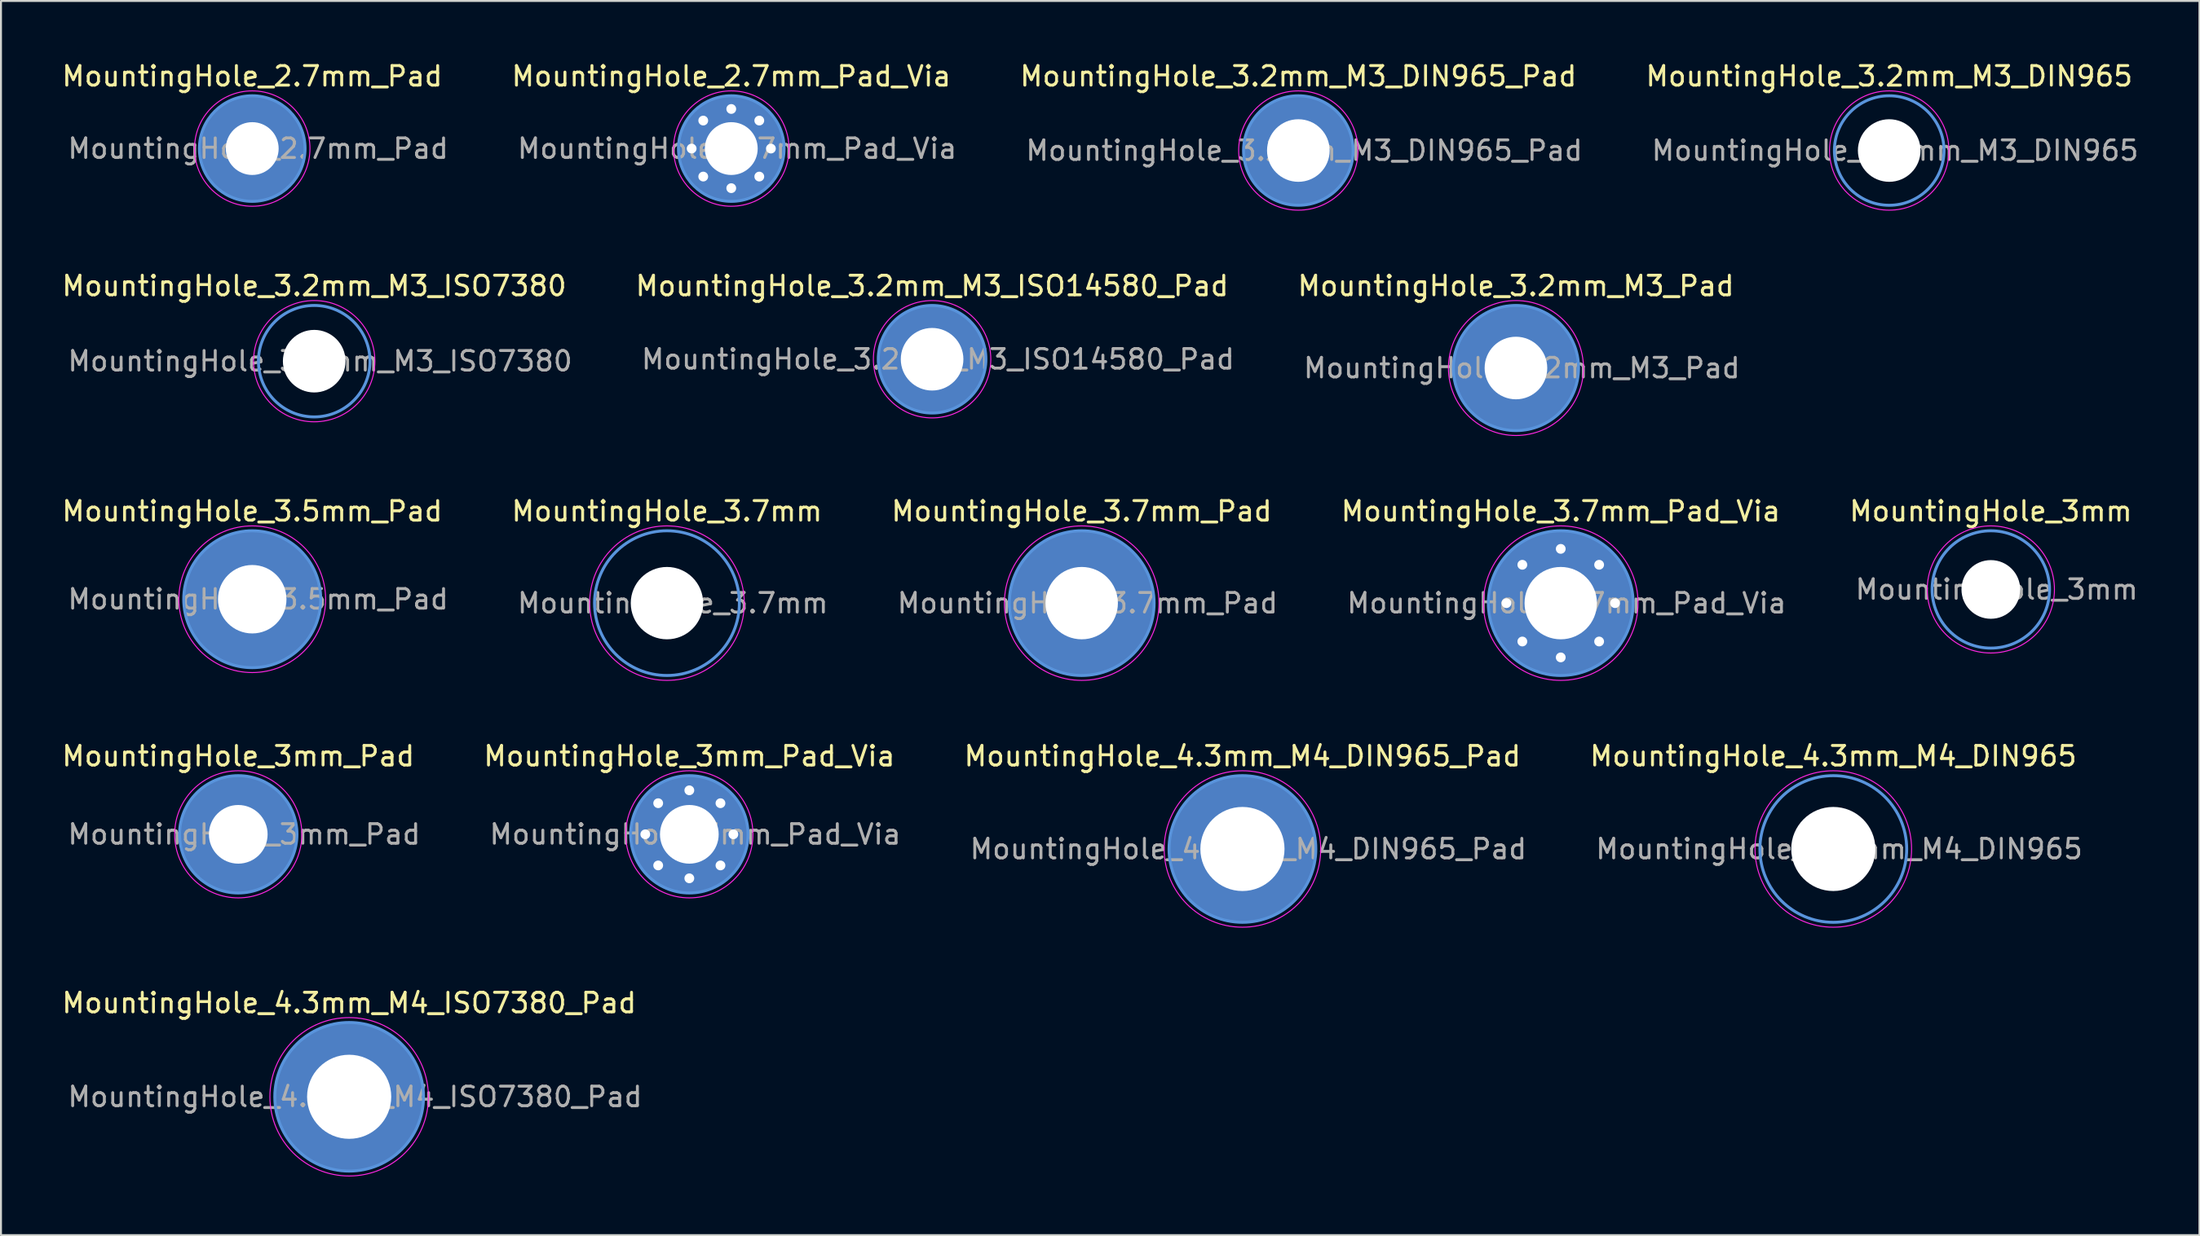
<source format=kicad_pcb>
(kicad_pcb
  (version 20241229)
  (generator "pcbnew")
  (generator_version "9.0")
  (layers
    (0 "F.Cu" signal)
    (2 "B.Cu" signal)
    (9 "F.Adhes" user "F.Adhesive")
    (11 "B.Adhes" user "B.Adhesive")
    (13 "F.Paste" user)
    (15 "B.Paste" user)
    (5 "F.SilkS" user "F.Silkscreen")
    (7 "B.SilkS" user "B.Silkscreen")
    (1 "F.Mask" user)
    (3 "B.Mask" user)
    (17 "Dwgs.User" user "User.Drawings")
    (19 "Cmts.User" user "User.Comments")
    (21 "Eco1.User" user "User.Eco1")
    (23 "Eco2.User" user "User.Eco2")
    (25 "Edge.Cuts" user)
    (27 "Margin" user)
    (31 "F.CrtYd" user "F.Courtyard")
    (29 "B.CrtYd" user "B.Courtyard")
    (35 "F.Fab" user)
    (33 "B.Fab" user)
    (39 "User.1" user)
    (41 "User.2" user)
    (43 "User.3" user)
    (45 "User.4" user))
  (footprint "MountingHole_4.3mm_M4_DIN965"
    (layer "F.Cu")
    (at 90.632 40.368)
    (property "Reference" "MountingHole_4.3mm_M4_DIN965" (at 0 -4.75 0) (layer "F.SilkS") (effects (font (size 1 1) (thickness 0.15))))
    (attr exclude_from_pos_files exclude_from_bom)
    (fp_circle (center 0 0) (end 3.75 0) (stroke (width 0.15) (type solid)) (fill no) (layer "Cmts.User"))
    (fp_circle (center 0 0) (end 4 0) (stroke (width 0.05) (type solid)) (fill no) (layer "F.CrtYd"))
    (fp_text user "${REFERENCE}" (at 0.3 0 0) (layer "F.Fab") (effects (font (size 1 1) (thickness 0.15))))
    (pad "" np_thru_hole circle (at 0 0) (size 4.3 4.3) (drill 4.3) (layers "*.Cu" "*.Mask")))
  (footprint "MountingHole_3.2mm_M3_DIN965"
    (layer "F.Cu")
    (at 93.489 4.648)
    (property "Reference" "MountingHole_3.2mm_M3_DIN965" (at 0 -3.8 0) (layer "F.SilkS") (effects (font (size 1 1) (thickness 0.15))))
    (attr exclude_from_pos_files exclude_from_bom)
    (fp_circle (center 0 0) (end 2.8 0) (stroke (width 0.15) (type solid)) (fill no) (layer "Cmts.User"))
    (fp_circle (center 0 0) (end 3.05 0) (stroke (width 0.05) (type solid)) (fill no) (layer "F.CrtYd"))
    (fp_text user "${REFERENCE}" (at 0.3 0 0) (layer "F.Fab") (effects (font (size 1 1) (thickness 0.15))))
    (pad "" np_thru_hole circle (at 0 0) (size 3.2 3.2) (drill 3.2) (layers "*.Cu" "*.Mask")))
  (footprint "MountingHole_3.7mm_Pad"
    (layer "F.Cu")
    (at 52.225 27.795)
    (property "Reference" "MountingHole_3.7mm_Pad" (at 0 -4.7 0) (layer "F.SilkS") (effects (font (size 1 1) (thickness 0.15))))
    (attr exclude_from_pos_files exclude_from_bom)
    (fp_circle (center 0 0) (end 3.7 0) (stroke (width 0.15) (type solid)) (fill no) (layer "Cmts.User"))
    (fp_circle (center 0 0) (end 3.95 0) (stroke (width 0.05) (type solid)) (fill no) (layer "F.CrtYd"))
    (fp_text user "${REFERENCE}" (at 0.3 0 0) (layer "F.Fab") (effects (font (size 1 1) (thickness 0.15))))
    (pad "1" thru_hole circle (at 0 0) (size 7.4 7.4) (drill 3.7) (layers "*.Cu" "*.Mask")))
  (footprint "MountingHole_3.2mm_M3_ISO14580_Pad"
    (layer "F.Cu")
    (at 44.58 15.322)
    (property "Reference" "MountingHole_3.2mm_M3_ISO14580_Pad" (at 0 -3.75 0) (layer "F.SilkS") (effects (font (size 1 1) (thickness 0.15))))
    (attr exclude_from_pos_files exclude_from_bom)
    (fp_circle (center 0 0) (end 2.75 0) (stroke (width 0.15) (type solid)) (fill no) (layer "Cmts.User"))
    (fp_circle (center 0 0) (end 3 0) (stroke (width 0.05) (type solid)) (fill no) (layer "F.CrtYd"))
    (fp_text user "${REFERENCE}" (at 0.3 0 0) (layer "F.Fab") (effects (font (size 1 1) (thickness 0.15))))
    (pad "1" thru_hole circle (at 0 0) (size 5.5 5.5) (drill 3.2) (layers "*.Cu" "*.Mask")))
  (footprint "MountingHole_3.7mm_Pad_Via"
    (layer "F.Cu")
    (at 76.704 27.795)
    (property "Reference" "MountingHole_3.7mm_Pad_Via" (at 0 -4.7 0) (layer "F.SilkS") (effects (font (size 1 1) (thickness 0.15))))
    (attr exclude_from_pos_files exclude_from_bom)
    (fp_circle (center 0 0) (end 3.7 0) (stroke (width 0.15) (type solid)) (fill no) (layer "Cmts.User"))
    (fp_circle (center 0 0) (end 3.95 0) (stroke (width 0.05) (type solid)) (fill no) (layer "F.CrtYd"))
    (fp_text user "${REFERENCE}" (at 0.3 0 0) (layer "F.Fab") (effects (font (size 1 1) (thickness 0.15))))
    (pad "1" thru_hole circle (at -2.775 0) (size 0.8 0.8) (drill 0.5) (layers "*.Cu" "*.Mask"))
    (pad "1" thru_hole circle (at -1.962 -1.962) (size 0.8 0.8) (drill 0.5) (layers "*.Cu" "*.Mask"))
    (pad "1" thru_hole circle (at -1.962 1.962) (size 0.8 0.8) (drill 0.5) (layers "*.Cu" "*.Mask"))
    (pad "1" thru_hole circle (at 0 -2.775) (size 0.8 0.8) (drill 0.5) (layers "*.Cu" "*.Mask"))
    (pad "1" thru_hole circle (at 0 0) (size 7.4 7.4) (drill 3.7) (layers "*.Cu" "*.Mask"))
    (pad "1" thru_hole circle (at 0 2.775) (size 0.8 0.8) (drill 0.5) (layers "*.Cu" "*.Mask"))
    (pad "1" thru_hole circle (at 1.962 -1.962) (size 0.8 0.8) (drill 0.5) (layers "*.Cu" "*.Mask"))
    (pad "1" thru_hole circle (at 1.962 1.962) (size 0.8 0.8) (drill 0.5) (layers "*.Cu" "*.Mask"))
    (pad "1" thru_hole circle (at 2.775 0) (size 0.8 0.8) (drill 0.5) (layers "*.Cu" "*.Mask")))
  (footprint "MountingHole_4.3mm_M4_ISO7380_Pad"
    (layer "F.Cu")
    (at 14.792 53.041)
    (property "Reference" "MountingHole_4.3mm_M4_ISO7380_Pad" (at 0 -4.8 0) (layer "F.SilkS") (effects (font (size 1 1) (thickness 0.15))))
    (attr exclude_from_pos_files exclude_from_bom)
    (fp_circle (center 0 0) (end 3.8 0) (stroke (width 0.15) (type solid)) (fill no) (layer "Cmts.User"))
    (fp_circle (center 0 0) (end 4.05 0) (stroke (width 0.05) (type solid)) (fill no) (layer "F.CrtYd"))
    (fp_text user "${REFERENCE}" (at 0.3 0 0) (layer "F.Fab") (effects (font (size 1 1) (thickness 0.15))))
    (pad "1" thru_hole circle (at 0 0) (size 7.6 7.6) (drill 4.3) (layers "*.Cu" "*.Mask")))
  (footprint "MountingHole_4.3mm_M4_DIN965_Pad"
    (layer "F.Cu")
    (at 60.439 40.368)
    (property "Reference" "MountingHole_4.3mm_M4_DIN965_Pad" (at 0 -4.75 0) (layer "F.SilkS") (effects (font (size 1 1) (thickness 0.15))))
    (attr exclude_from_pos_files exclude_from_bom)
    (fp_circle (center 0 0) (end 3.75 0) (stroke (width 0.15) (type solid)) (fill no) (layer "Cmts.User"))
    (fp_circle (center 0 0) (end 4 0) (stroke (width 0.05) (type solid)) (fill no) (layer "F.CrtYd"))
    (fp_text user "${REFERENCE}" (at 0.3 0 0) (layer "F.Fab") (effects (font (size 1 1) (thickness 0.15))))
    (pad "1" thru_hole circle (at 0 0) (size 7.5 7.5) (drill 4.3) (layers "*.Cu" "*.Mask")))
  (footprint "MountingHole_3mm_Pad"
    (layer "F.Cu")
    (at 9.125 39.618)
    (property "Reference" "MountingHole_3mm_Pad" (at 0 -4 0) (layer "F.SilkS") (effects (font (size 1 1) (thickness 0.15))))
    (attr exclude_from_pos_files exclude_from_bom)
    (fp_circle (center 0 0) (end 3 0) (stroke (width 0.15) (type solid)) (fill no) (layer "Cmts.User"))
    (fp_circle (center 0 0) (end 3.25 0) (stroke (width 0.05) (type solid)) (fill no) (layer "F.CrtYd"))
    (fp_text user "${REFERENCE}" (at 0.3 0 0) (layer "F.Fab") (effects (font (size 1 1) (thickness 0.15))))
    (pad "1" thru_hole circle (at 0 0) (size 6 6) (drill 3) (layers "*.Cu" "*.Mask")))
  (footprint "MountingHole_3mm"
    (layer "F.Cu")
    (at 98.682 27.095)
    (property "Reference" "MountingHole_3mm" (at 0 -4 0) (layer "F.SilkS") (effects (font (size 1 1) (thickness 0.15))))
    (attr exclude_from_pos_files exclude_from_bom)
    (fp_circle (center 0 0) (end 3 0) (stroke (width 0.15) (type solid)) (fill no) (layer "Cmts.User"))
    (fp_circle (center 0 0) (end 3.25 0) (stroke (width 0.05) (type solid)) (fill no) (layer "F.CrtYd"))
    (fp_text user "${REFERENCE}" (at 0.3 0 0) (layer "F.Fab") (effects (font (size 1 1) (thickness 0.15))))
    (pad "" np_thru_hole circle (at 0 0) (size 3 3) (drill 3) (layers "*.Cu" "*.Mask")))
  (footprint "MountingHole_2.7mm_Pad_Via"
    (layer "F.Cu")
    (at 34.318 4.548)
    (property "Reference" "MountingHole_2.7mm_Pad_Via" (at 0 -3.7 0) (layer "F.SilkS") (effects (font (size 1 1) (thickness 0.15))))
    (attr exclude_from_pos_files exclude_from_bom)
    (fp_circle (center 0 0) (end 2.7 0) (stroke (width 0.15) (type solid)) (fill no) (layer "Cmts.User"))
    (fp_circle (center 0 0) (end 2.95 0) (stroke (width 0.05) (type solid)) (fill no) (layer "F.CrtYd"))
    (fp_text user "${REFERENCE}" (at 0.3 0 0) (layer "F.Fab") (effects (font (size 1 1) (thickness 0.15))))
    (pad "1" thru_hole circle (at -2.025 0) (size 0.8 0.8) (drill 0.5) (layers "*.Cu" "*.Mask"))
    (pad "1" thru_hole circle (at -1.432 -1.432) (size 0.8 0.8) (drill 0.5) (layers "*.Cu" "*.Mask"))
    (pad "1" thru_hole circle (at -1.432 1.432) (size 0.8 0.8) (drill 0.5) (layers "*.Cu" "*.Mask"))
    (pad "1" thru_hole circle (at 0 -2.025) (size 0.8 0.8) (drill 0.5) (layers "*.Cu" "*.Mask"))
    (pad "1" thru_hole circle (at 0 0) (size 5.4 5.4) (drill 2.7) (layers "*.Cu" "*.Mask"))
    (pad "1" thru_hole circle (at 0 2.025) (size 0.8 0.8) (drill 0.5) (layers "*.Cu" "*.Mask"))
    (pad "1" thru_hole circle (at 1.432 -1.432) (size 0.8 0.8) (drill 0.5) (layers "*.Cu" "*.Mask"))
    (pad "1" thru_hole circle (at 1.432 1.432) (size 0.8 0.8) (drill 0.5) (layers "*.Cu" "*.Mask"))
    (pad "1" thru_hole circle (at 2.025 0) (size 0.8 0.8) (drill 0.5) (layers "*.Cu" "*.Mask")))
  (footprint "MountingHole_3mm_Pad_Via"
    (layer "F.Cu")
    (at 32.175 39.618)
    (property "Reference" "MountingHole_3mm_Pad_Via" (at 0 -4 0) (layer "F.SilkS") (effects (font (size 1 1) (thickness 0.15))))
    (attr exclude_from_pos_files exclude_from_bom)
    (fp_circle (center 0 0) (end 3 0) (stroke (width 0.15) (type solid)) (fill no) (layer "Cmts.User"))
    (fp_circle (center 0 0) (end 3.25 0) (stroke (width 0.05) (type solid)) (fill no) (layer "F.CrtYd"))
    (fp_text user "${REFERENCE}" (at 0.3 0 0) (layer "F.Fab") (effects (font (size 1 1) (thickness 0.15))))
    (pad "1" thru_hole circle (at -2.25 0) (size 0.8 0.8) (drill 0.5) (layers "*.Cu" "*.Mask"))
    (pad "1" thru_hole circle (at -1.591 -1.591) (size 0.8 0.8) (drill 0.5) (layers "*.Cu" "*.Mask"))
    (pad "1" thru_hole circle (at -1.591 1.591) (size 0.8 0.8) (drill 0.5) (layers "*.Cu" "*.Mask"))
    (pad "1" thru_hole circle (at 0 -2.25) (size 0.8 0.8) (drill 0.5) (layers "*.Cu" "*.Mask"))
    (pad "1" thru_hole circle (at 0 0) (size 6 6) (drill 3) (layers "*.Cu" "*.Mask"))
    (pad "1" thru_hole circle (at 0 2.25) (size 0.8 0.8) (drill 0.5) (layers "*.Cu" "*.Mask"))
    (pad "1" thru_hole circle (at 1.591 -1.591) (size 0.8 0.8) (drill 0.5) (layers "*.Cu" "*.Mask"))
    (pad "1" thru_hole circle (at 1.591 1.591) (size 0.8 0.8) (drill 0.5) (layers "*.Cu" "*.Mask"))
    (pad "1" thru_hole circle (at 2.25 0) (size 0.8 0.8) (drill 0.5) (layers "*.Cu" "*.Mask")))
  (footprint "MountingHole_3.2mm_M3_ISO7380"
    (layer "F.Cu")
    (at 13.006 15.421)
    (property "Reference" "MountingHole_3.2mm_M3_ISO7380" (at 0 -3.85 0) (layer "F.SilkS") (effects (font (size 1 1) (thickness 0.15))))
    (attr exclude_from_pos_files exclude_from_bom)
    (fp_circle (center 0 0) (end 2.85 0) (stroke (width 0.15) (type solid)) (fill no) (layer "Cmts.User"))
    (fp_circle (center 0 0) (end 3.1 0) (stroke (width 0.05) (type solid)) (fill no) (layer "F.CrtYd"))
    (fp_text user "${REFERENCE}" (at 0.3 0 0) (layer "F.Fab") (effects (font (size 1 1) (thickness 0.15))))
    (pad "" np_thru_hole circle (at 0 0) (size 3.2 3.2) (drill 3.2) (layers "*.Cu" "*.Mask")))
  (footprint "MountingHole_3.2mm_M3_DIN965_Pad"
    (layer "F.Cu")
    (at 63.296 4.648)
    (property "Reference" "MountingHole_3.2mm_M3_DIN965_Pad" (at 0 -3.8 0) (layer "F.SilkS") (effects (font (size 1 1) (thickness 0.15))))
    (attr exclude_from_pos_files exclude_from_bom)
    (fp_circle (center 0 0) (end 2.8 0) (stroke (width 0.15) (type solid)) (fill no) (layer "Cmts.User"))
    (fp_circle (center 0 0) (end 3.05 0) (stroke (width 0.05) (type solid)) (fill no) (layer "F.CrtYd"))
    (fp_text user "${REFERENCE}" (at 0.3 0 0) (layer "F.Fab") (effects (font (size 1 1) (thickness 0.15))))
    (pad "1" thru_hole circle (at 0 0) (size 5.6 5.6) (drill 3.2) (layers "*.Cu" "*.Mask")))
  (footprint "MountingHole_3.5mm_Pad"
    (layer "F.Cu")
    (at 9.839 27.595)
    (property "Reference" "MountingHole_3.5mm_Pad" (at 0 -4.5 0) (layer "F.SilkS") (effects (font (size 1 1) (thickness 0.15))))
    (attr exclude_from_pos_files exclude_from_bom)
    (fp_circle (center 0 0) (end 3.5 0) (stroke (width 0.15) (type solid)) (fill no) (layer "Cmts.User"))
    (fp_circle (center 0 0) (end 3.75 0) (stroke (width 0.05) (type solid)) (fill no) (layer "F.CrtYd"))
    (fp_text user "${REFERENCE}" (at 0.3 0 0) (layer "F.Fab") (effects (font (size 1 1) (thickness 0.15))))
    (pad "1" thru_hole circle (at 0 0) (size 7 7) (drill 3.5) (layers "*.Cu" "*.Mask")))
  (footprint "MountingHole_3.2mm_M3_Pad"
    (layer "F.Cu")
    (at 74.415 15.771)
    (property "Reference" "MountingHole_3.2mm_M3_Pad" (at 0 -4.2 0) (layer "F.SilkS") (effects (font (size 1 1) (thickness 0.15))))
    (attr exclude_from_pos_files exclude_from_bom)
    (fp_circle (center 0 0) (end 3.2 0) (stroke (width 0.15) (type solid)) (fill no) (layer "Cmts.User"))
    (fp_circle (center 0 0) (end 3.45 0) (stroke (width 0.05) (type solid)) (fill no) (layer "F.CrtYd"))
    (fp_text user "${REFERENCE}" (at 0.3 0 0) (layer "F.Fab") (effects (font (size 1 1) (thickness 0.15))))
    (pad "1" thru_hole circle (at 0 0) (size 6.4 6.4) (drill 3.2) (layers "*.Cu" "*.Mask")))
  (footprint "MountingHole_2.7mm_Pad"
    (layer "F.Cu")
    (at 9.839 4.548)
    (property "Reference" "MountingHole_2.7mm_Pad" (at 0 -3.7 0) (layer "F.SilkS") (effects (font (size 1 1) (thickness 0.15))))
    (attr exclude_from_pos_files exclude_from_bom)
    (fp_circle (center 0 0) (end 2.7 0) (stroke (width 0.15) (type solid)) (fill no) (layer "Cmts.User"))
    (fp_circle (center 0 0) (end 2.95 0) (stroke (width 0.05) (type solid)) (fill no) (layer "F.CrtYd"))
    (fp_text user "${REFERENCE}" (at 0.3 0 0) (layer "F.Fab") (effects (font (size 1 1) (thickness 0.15))))
    (pad "1" thru_hole circle (at 0 0) (size 5.4 5.4) (drill 2.7) (layers "*.Cu" "*.Mask")))
  (footprint "MountingHole_3.7mm"
    (layer "F.Cu")
    (at 31.032 27.795)
    (property "Reference" "MountingHole_3.7mm" (at 0 -4.7 0) (layer "F.SilkS") (effects (font (size 1 1) (thickness 0.15))))
    (attr exclude_from_pos_files exclude_from_bom)
    (fp_circle (center 0 0) (end 3.7 0) (stroke (width 0.15) (type solid)) (fill no) (layer "Cmts.User"))
    (fp_circle (center 0 0) (end 3.95 0) (stroke (width 0.05) (type solid)) (fill no) (layer "F.CrtYd"))
    (fp_text user "${REFERENCE}" (at 0.3 0 0) (layer "F.Fab") (effects (font (size 1 1) (thickness 0.15))))
    (pad "" np_thru_hole circle (at 0 0) (size 3.7 3.7) (drill 3.7) (layers "*.Cu" "*.Mask")))
  (gr_rect
    (start -3 -3)
    (end 109.343 60.116)
    (stroke (width 0.1) (type default))
    (fill no)
    (layer "Edge.Cuts")))
</source>
